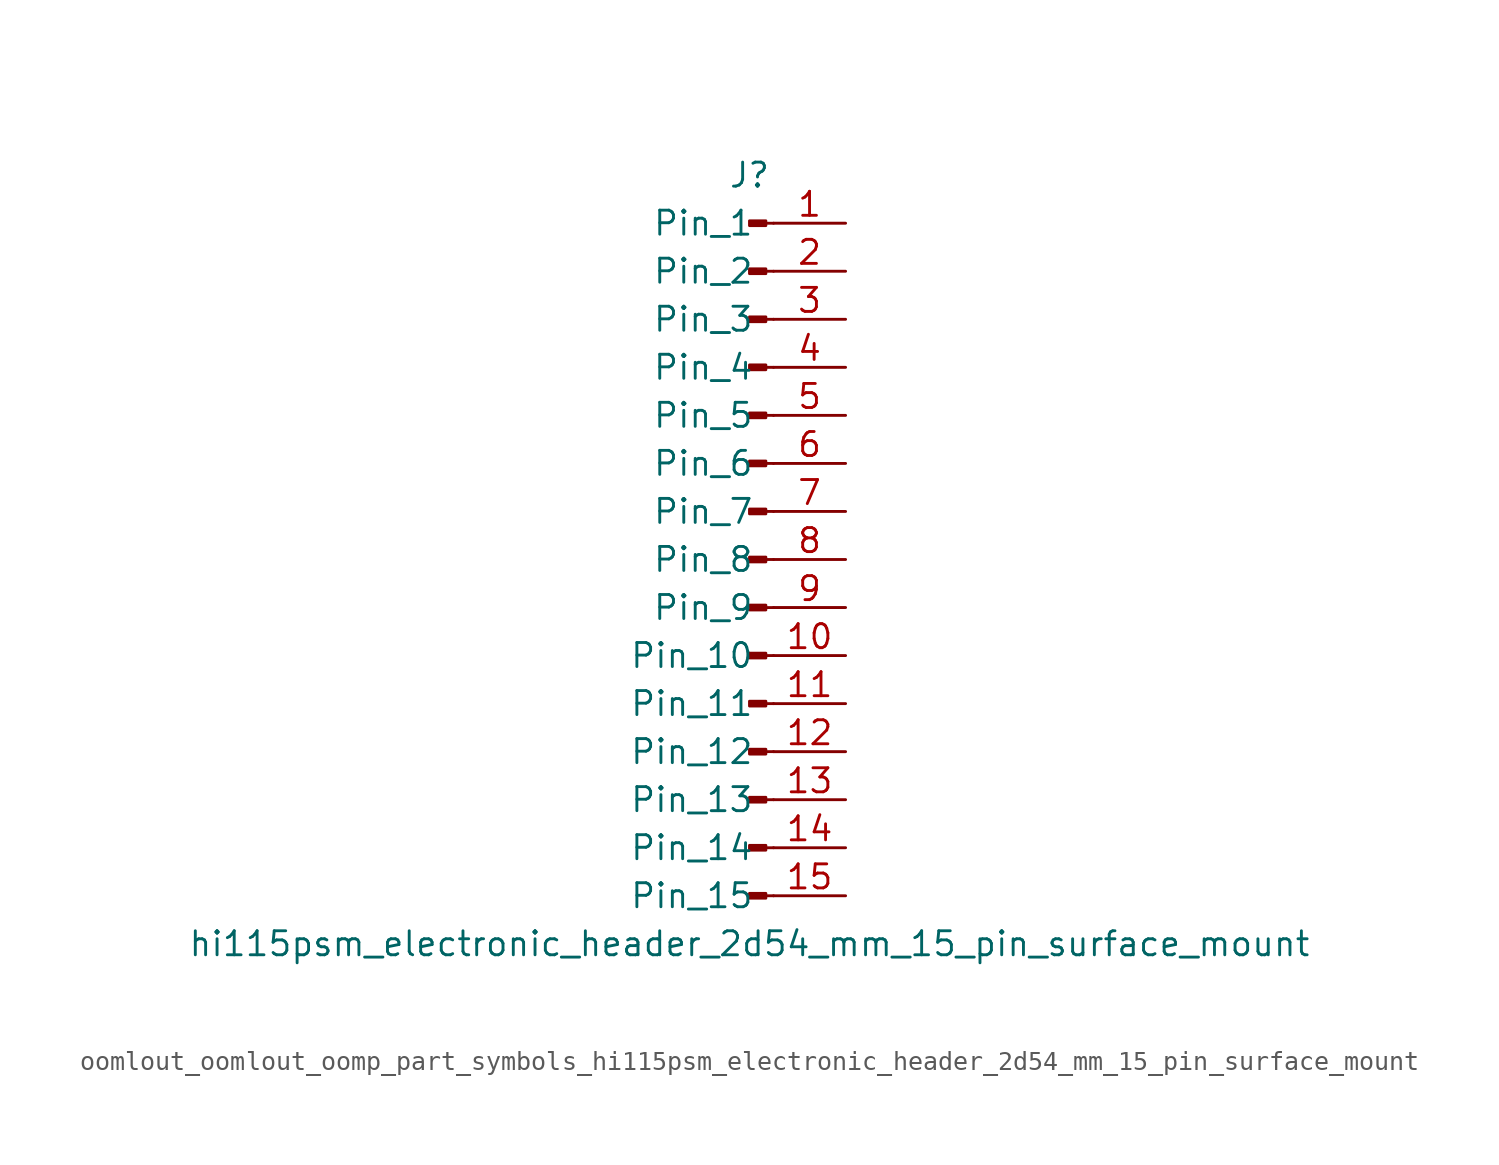
<source format=kicad_sym>
(kicad_symbol_lib
  (version 20220914)
  (generator kicad_symbol_editor)
  (symbol "oomlout_oomlout_oomp_part_symbols_hi115psm_electronic_header_2d54_mm_15_pin_surface_mount"
    (pin_names
      (offset 1.016))
    (property "Reference" "J"
      (at 0 20.32 0)
      (effects (font (size 1.27 1.27))))
    (property "Value" "hi115psm_electronic_header_2d54_mm_15_pin_surface_mount"
      (at 0 -20.32 0)
      (effects (font (size 1.27 1.27))))
    (property "ki_locked" ""
      (at 0 0 0)
      (effects (font (size 1.27 1.27))))
    (symbol "oomlout_oomlout_oomp_part_symbols_hi115psm_electronic_header_2d54_mm_15_pin_surface_mount_1_1"
      (polyline (pts (xy 1.27 -17.78) (xy 0.864 -17.78)) (stroke (width 0.152) (type default)) (fill (type none)))
      (polyline (pts (xy 1.27 -15.24) (xy 0.864 -15.24)) (stroke (width 0.152) (type default)) (fill (type none)))
      (polyline (pts (xy 1.27 -12.7) (xy 0.864 -12.7)) (stroke (width 0.152) (type default)) (fill (type none)))
      (polyline (pts (xy 1.27 -10.16) (xy 0.864 -10.16)) (stroke (width 0.152) (type default)) (fill (type none)))
      (polyline (pts (xy 1.27 -7.62) (xy 0.864 -7.62)) (stroke (width 0.152) (type default)) (fill (type none)))
      (polyline (pts (xy 1.27 -5.08) (xy 0.864 -5.08)) (stroke (width 0.152) (type default)) (fill (type none)))
      (polyline (pts (xy 1.27 -2.54) (xy 0.864 -2.54)) (stroke (width 0.152) (type default)) (fill (type none)))
      (polyline (pts (xy 1.27 0) (xy 0.864 0)) (stroke (width 0.152) (type default)) (fill (type none)))
      (polyline (pts (xy 1.27 2.54) (xy 0.864 2.54)) (stroke (width 0.152) (type default)) (fill (type none)))
      (polyline (pts (xy 1.27 5.08) (xy 0.864 5.08)) (stroke (width 0.152) (type default)) (fill (type none)))
      (polyline (pts (xy 1.27 7.62) (xy 0.864 7.62)) (stroke (width 0.152) (type default)) (fill (type none)))
      (polyline (pts (xy 1.27 10.16) (xy 0.864 10.16)) (stroke (width 0.152) (type default)) (fill (type none)))
      (polyline (pts (xy 1.27 12.7) (xy 0.864 12.7)) (stroke (width 0.152) (type default)) (fill (type none)))
      (polyline (pts (xy 1.27 15.24) (xy 0.864 15.24)) (stroke (width 0.152) (type default)) (fill (type none)))
      (polyline (pts (xy 1.27 17.78) (xy 0.864 17.78)) (stroke (width 0.152) (type default)) (fill (type none)))
      (rectangle (start 0.864 -17.653) (end 0 -17.907) (stroke (width 0.152) (type default)) (fill (type outline)))
      (rectangle (start 0.864 -15.113) (end 0 -15.367) (stroke (width 0.152) (type default)) (fill (type outline)))
      (rectangle (start 0.864 -12.573) (end 0 -12.827) (stroke (width 0.152) (type default)) (fill (type outline)))
      (rectangle (start 0.864 -10.033) (end 0 -10.287) (stroke (width 0.152) (type default)) (fill (type outline)))
      (rectangle (start 0.864 -7.493) (end 0 -7.747) (stroke (width 0.152) (type default)) (fill (type outline)))
      (rectangle (start 0.864 -4.953) (end 0 -5.207) (stroke (width 0.152) (type default)) (fill (type outline)))
      (rectangle (start 0.864 -2.413) (end 0 -2.667) (stroke (width 0.152) (type default)) (fill (type outline)))
      (rectangle (start 0.864 0.127) (end 0 -0.127) (stroke (width 0.152) (type default)) (fill (type outline)))
      (rectangle (start 0.864 2.667) (end 0 2.413) (stroke (width 0.152) (type default)) (fill (type outline)))
      (rectangle (start 0.864 5.207) (end 0 4.953) (stroke (width 0.152) (type default)) (fill (type outline)))
      (rectangle (start 0.864 7.747) (end 0 7.493) (stroke (width 0.152) (type default)) (fill (type outline)))
      (rectangle (start 0.864 10.287) (end 0 10.033) (stroke (width 0.152) (type default)) (fill (type outline)))
      (rectangle (start 0.864 12.827) (end 0 12.573) (stroke (width 0.152) (type default)) (fill (type outline)))
      (rectangle (start 0.864 15.367) (end 0 15.113) (stroke (width 0.152) (type default)) (fill (type outline)))
      (rectangle (start 0.864 17.907) (end 0 17.653) (stroke (width 0.152) (type default)) (fill (type outline)))
      (pin passive line (at 5.08 17.78 180) (length 3.81) (name "Pin_1" (effects (font (size 1.27 1.27)))) (number "1" (effects (font (size 1.27 1.27)))))
      (pin passive line (at 5.08 -5.08 180) (length 3.81) (name "Pin_10" (effects (font (size 1.27 1.27)))) (number "10" (effects (font (size 1.27 1.27)))))
      (pin passive line (at 5.08 -7.62 180) (length 3.81) (name "Pin_11" (effects (font (size 1.27 1.27)))) (number "11" (effects (font (size 1.27 1.27)))))
      (pin passive line (at 5.08 -10.16 180) (length 3.81) (name "Pin_12" (effects (font (size 1.27 1.27)))) (number "12" (effects (font (size 1.27 1.27)))))
      (pin passive line (at 5.08 -12.7 180) (length 3.81) (name "Pin_13" (effects (font (size 1.27 1.27)))) (number "13" (effects (font (size 1.27 1.27)))))
      (pin passive line (at 5.08 -15.24 180) (length 3.81) (name "Pin_14" (effects (font (size 1.27 1.27)))) (number "14" (effects (font (size 1.27 1.27)))))
      (pin passive line (at 5.08 -17.78 180) (length 3.81) (name "Pin_15" (effects (font (size 1.27 1.27)))) (number "15" (effects (font (size 1.27 1.27)))))
      (pin passive line (at 5.08 15.24 180) (length 3.81) (name "Pin_2" (effects (font (size 1.27 1.27)))) (number "2" (effects (font (size 1.27 1.27)))))
      (pin passive line (at 5.08 12.7 180) (length 3.81) (name "Pin_3" (effects (font (size 1.27 1.27)))) (number "3" (effects (font (size 1.27 1.27)))))
      (pin passive line (at 5.08 10.16 180) (length 3.81) (name "Pin_4" (effects (font (size 1.27 1.27)))) (number "4" (effects (font (size 1.27 1.27)))))
      (pin passive line (at 5.08 7.62 180) (length 3.81) (name "Pin_5" (effects (font (size 1.27 1.27)))) (number "5" (effects (font (size 1.27 1.27)))))
      (pin passive line (at 5.08 5.08 180) (length 3.81) (name "Pin_6" (effects (font (size 1.27 1.27)))) (number "6" (effects (font (size 1.27 1.27)))))
      (pin passive line (at 5.08 2.54 180) (length 3.81) (name "Pin_7" (effects (font (size 1.27 1.27)))) (number "7" (effects (font (size 1.27 1.27)))))
      (pin passive line (at 5.08 0 180) (length 3.81) (name "Pin_8" (effects (font (size 1.27 1.27)))) (number "8" (effects (font (size 1.27 1.27)))))
      (pin passive line (at 5.08 -2.54 180) (length 3.81) (name "Pin_9" (effects (font (size 1.27 1.27)))) (number "9" (effects (font (size 1.27 1.27))))))))
</source>
